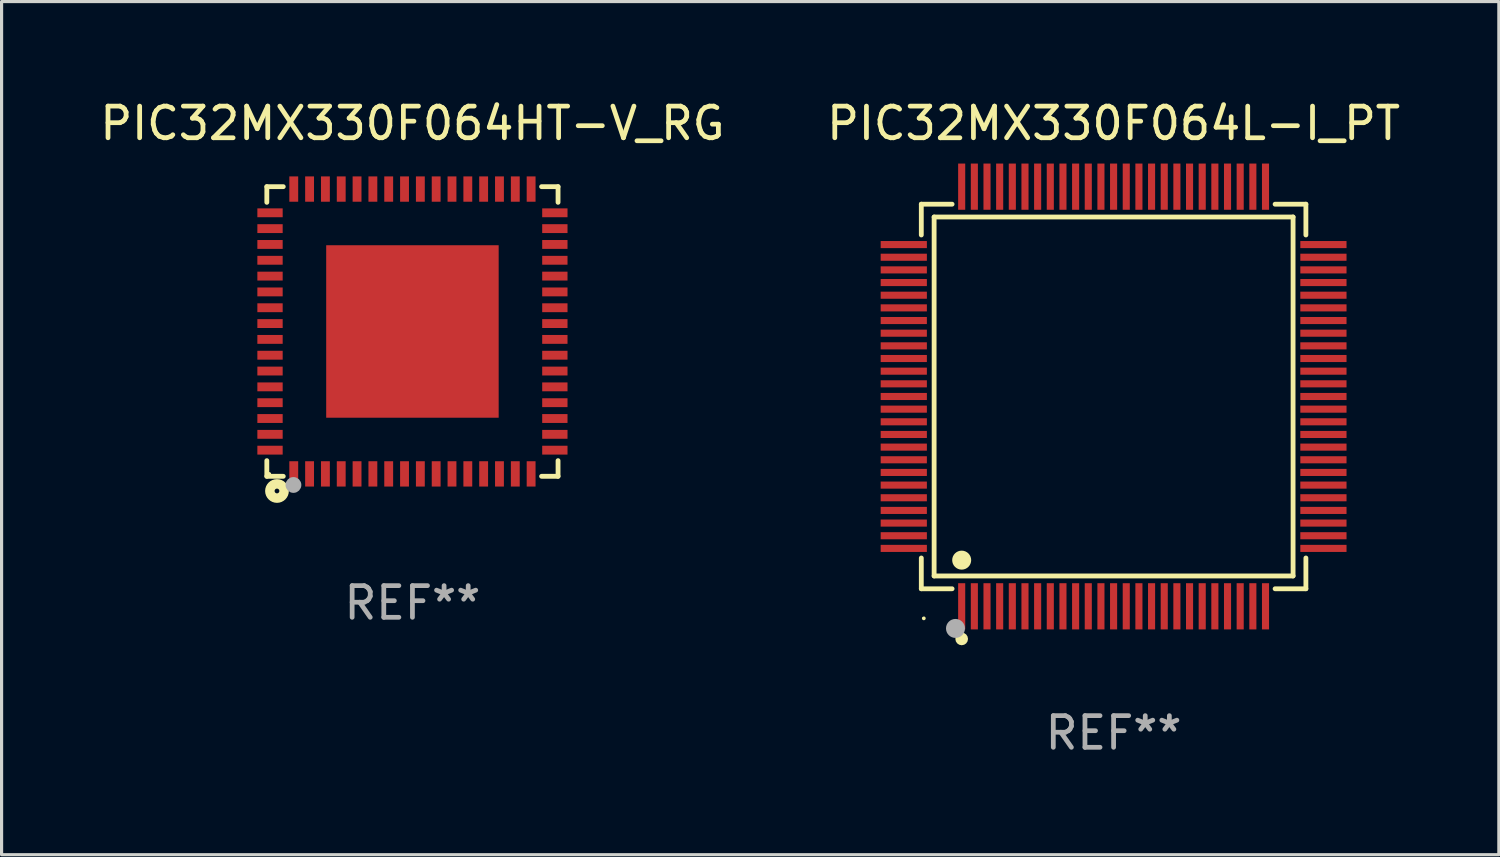
<source format=kicad_pcb>
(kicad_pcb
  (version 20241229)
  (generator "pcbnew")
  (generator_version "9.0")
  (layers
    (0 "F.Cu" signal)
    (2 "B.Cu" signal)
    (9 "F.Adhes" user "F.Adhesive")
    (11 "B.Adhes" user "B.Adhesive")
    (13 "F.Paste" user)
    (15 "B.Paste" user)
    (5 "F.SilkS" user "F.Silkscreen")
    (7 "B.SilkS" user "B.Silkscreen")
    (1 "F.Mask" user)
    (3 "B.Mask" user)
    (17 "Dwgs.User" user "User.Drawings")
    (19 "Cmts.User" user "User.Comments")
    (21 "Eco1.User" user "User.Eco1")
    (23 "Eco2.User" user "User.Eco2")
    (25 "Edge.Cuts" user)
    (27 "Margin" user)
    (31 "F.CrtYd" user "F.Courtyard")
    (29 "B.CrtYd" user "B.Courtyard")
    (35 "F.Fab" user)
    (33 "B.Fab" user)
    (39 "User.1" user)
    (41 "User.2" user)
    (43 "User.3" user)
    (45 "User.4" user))
  (footprint "PIC32MX330F064L-I_PT"
    (layer "F.Cu")
    (at 32.137 9.478)
    (property "Reference" "PIC32MX330F064L-I_PT" (at 0 -8.63 0) (layer "F.SilkS") (effects (font (size 1 1) (thickness 0.15))))
    (attr through_hole)
    (fp_line (start -6.076 -6.076) (end -5.103 -6.076) (stroke (width 0.152) (type solid)) (layer "F.SilkS"))
    (fp_line (start -6.076 -5.103) (end -6.076 -6.076) (stroke (width 0.152) (type solid)) (layer "F.SilkS"))
    (fp_line (start -6.076 5.103) (end -6.076 6.076) (stroke (width 0.152) (type solid)) (layer "F.SilkS"))
    (fp_line (start -6.076 6.076) (end -5.103 6.076) (stroke (width 0.152) (type solid)) (layer "F.SilkS"))
    (fp_line (start -5.671 -5.671) (end 5.671 -5.671) (stroke (width 0.152) (type solid)) (layer "F.SilkS"))
    (fp_line (start -5.671 5.671) (end -5.671 -5.671) (stroke (width 0.152) (type solid)) (layer "F.SilkS"))
    (fp_line (start 5.671 -5.671) (end 5.671 5.671) (stroke (width 0.152) (type solid)) (layer "F.SilkS"))
    (fp_line (start 5.671 5.671) (end -5.671 5.671) (stroke (width 0.152) (type solid)) (layer "F.SilkS"))
    (fp_line (start 6.076 -6.076) (end 5.103 -6.076) (stroke (width 0.152) (type solid)) (layer "F.SilkS"))
    (fp_line (start 6.076 -5.103) (end 6.076 -6.076) (stroke (width 0.152) (type solid)) (layer "F.SilkS"))
    (fp_line (start 6.076 5.103) (end 6.076 6.076) (stroke (width 0.152) (type solid)) (layer "F.SilkS"))
    (fp_line (start 6.076 6.076) (end 5.103 6.076) (stroke (width 0.152) (type solid)) (layer "F.SilkS"))
    (fp_circle (center -5.997 7.01) (end -5.967 7.01) (stroke (width 0.06) (type solid)) (fill no) (layer "F.SilkS"))
    (fp_circle (center -4.8 5.171) (end -4.65 5.171) (stroke (width 0.3) (type solid)) (fill no) (layer "F.SilkS"))
    (fp_circle (center -4.8 7.66) (end -4.7 7.66) (stroke (width 0.2) (type solid)) (fill no) (layer "F.SilkS"))
    (fp_circle (center -4.996 7.329) (end -4.846 7.329) (stroke (width 0.3) (type solid)) (fill no) (layer "F.Fab"))
    (fp_text user "REF**" (at 0 10.63 0) (layer "F.Fab") (effects (font (size 1 1) (thickness 0.15))))
    (pad "1" smd rect (at -4.8 6.63) (size 0.224 1.46) (layers "F.Cu" "F.Mask" "F.Paste"))
    (pad "2" smd rect (at -4.4 6.63) (size 0.224 1.46) (layers "F.Cu" "F.Mask" "F.Paste"))
    (pad "3" smd rect (at -4 6.63) (size 0.224 1.46) (layers "F.Cu" "F.Mask" "F.Paste"))
    (pad "4" smd rect (at -3.6 6.63) (size 0.224 1.46) (layers "F.Cu" "F.Mask" "F.Paste"))
    (pad "5" smd rect (at -3.2 6.63) (size 0.224 1.46) (layers "F.Cu" "F.Mask" "F.Paste"))
    (pad "6" smd rect (at -2.8 6.63) (size 0.224 1.46) (layers "F.Cu" "F.Mask" "F.Paste"))
    (pad "7" smd rect (at -2.4 6.63) (size 0.224 1.46) (layers "F.Cu" "F.Mask" "F.Paste"))
    (pad "8" smd rect (at -2 6.63) (size 0.224 1.46) (layers "F.Cu" "F.Mask" "F.Paste"))
    (pad "9" smd rect (at -1.6 6.63) (size 0.224 1.46) (layers "F.Cu" "F.Mask" "F.Paste"))
    (pad "10" smd rect (at -1.2 6.63) (size 0.224 1.46) (layers "F.Cu" "F.Mask" "F.Paste"))
    (pad "11" smd rect (at -0.8 6.63) (size 0.224 1.46) (layers "F.Cu" "F.Mask" "F.Paste"))
    (pad "12" smd rect (at -0.4 6.63) (size 0.224 1.46) (layers "F.Cu" "F.Mask" "F.Paste"))
    (pad "13" smd rect (at 0 6.63) (size 0.224 1.46) (layers "F.Cu" "F.Mask" "F.Paste"))
    (pad "14" smd rect (at 0.4 6.63) (size 0.224 1.46) (layers "F.Cu" "F.Mask" "F.Paste"))
    (pad "15" smd rect (at 0.8 6.63) (size 0.224 1.46) (layers "F.Cu" "F.Mask" "F.Paste"))
    (pad "16" smd rect (at 1.2 6.63) (size 0.224 1.46) (layers "F.Cu" "F.Mask" "F.Paste"))
    (pad "17" smd rect (at 1.6 6.63) (size 0.224 1.46) (layers "F.Cu" "F.Mask" "F.Paste"))
    (pad "18" smd rect (at 2 6.63) (size 0.224 1.46) (layers "F.Cu" "F.Mask" "F.Paste"))
    (pad "19" smd rect (at 2.4 6.63) (size 0.224 1.46) (layers "F.Cu" "F.Mask" "F.Paste"))
    (pad "20" smd rect (at 2.8 6.63) (size 0.224 1.46) (layers "F.Cu" "F.Mask" "F.Paste"))
    (pad "21" smd rect (at 3.2 6.63) (size 0.224 1.46) (layers "F.Cu" "F.Mask" "F.Paste"))
    (pad "22" smd rect (at 3.6 6.63) (size 0.224 1.46) (layers "F.Cu" "F.Mask" "F.Paste"))
    (pad "23" smd rect (at 4 6.63) (size 0.224 1.46) (layers "F.Cu" "F.Mask" "F.Paste"))
    (pad "24" smd rect (at 4.4 6.63) (size 0.224 1.46) (layers "F.Cu" "F.Mask" "F.Paste"))
    (pad "25" smd rect (at 4.8 6.63) (size 0.224 1.46) (layers "F.Cu" "F.Mask" "F.Paste"))
    (pad "26" smd rect (at 6.63 4.8) (size 1.46 0.224) (layers "F.Cu" "F.Mask" "F.Paste"))
    (pad "27" smd rect (at 6.63 4.4) (size 1.46 0.224) (layers "F.Cu" "F.Mask" "F.Paste"))
    (pad "28" smd rect (at 6.63 4) (size 1.46 0.224) (layers "F.Cu" "F.Mask" "F.Paste"))
    (pad "29" smd rect (at 6.63 3.6) (size 1.46 0.224) (layers "F.Cu" "F.Mask" "F.Paste"))
    (pad "30" smd rect (at 6.63 3.2) (size 1.46 0.224) (layers "F.Cu" "F.Mask" "F.Paste"))
    (pad "31" smd rect (at 6.63 2.8) (size 1.46 0.224) (layers "F.Cu" "F.Mask" "F.Paste"))
    (pad "32" smd rect (at 6.63 2.4) (size 1.46 0.224) (layers "F.Cu" "F.Mask" "F.Paste"))
    (pad "33" smd rect (at 6.63 2) (size 1.46 0.224) (layers "F.Cu" "F.Mask" "F.Paste"))
    (pad "34" smd rect (at 6.63 1.6) (size 1.46 0.224) (layers "F.Cu" "F.Mask" "F.Paste"))
    (pad "35" smd rect (at 6.63 1.2) (size 1.46 0.224) (layers "F.Cu" "F.Mask" "F.Paste"))
    (pad "36" smd rect (at 6.63 0.8) (size 1.46 0.224) (layers "F.Cu" "F.Mask" "F.Paste"))
    (pad "37" smd rect (at 6.63 0.4) (size 1.46 0.224) (layers "F.Cu" "F.Mask" "F.Paste"))
    (pad "38" smd rect (at 6.63 0) (size 1.46 0.224) (layers "F.Cu" "F.Mask" "F.Paste"))
    (pad "39" smd rect (at 6.63 -0.4) (size 1.46 0.224) (layers "F.Cu" "F.Mask" "F.Paste"))
    (pad "40" smd rect (at 6.63 -0.8) (size 1.46 0.224) (layers "F.Cu" "F.Mask" "F.Paste"))
    (pad "41" smd rect (at 6.63 -1.2) (size 1.46 0.224) (layers "F.Cu" "F.Mask" "F.Paste"))
    (pad "42" smd rect (at 6.63 -1.6) (size 1.46 0.224) (layers "F.Cu" "F.Mask" "F.Paste"))
    (pad "43" smd rect (at 6.63 -2) (size 1.46 0.224) (layers "F.Cu" "F.Mask" "F.Paste"))
    (pad "44" smd rect (at 6.63 -2.4) (size 1.46 0.224) (layers "F.Cu" "F.Mask" "F.Paste"))
    (pad "45" smd rect (at 6.63 -2.8) (size 1.46 0.224) (layers "F.Cu" "F.Mask" "F.Paste"))
    (pad "46" smd rect (at 6.63 -3.2) (size 1.46 0.224) (layers "F.Cu" "F.Mask" "F.Paste"))
    (pad "47" smd rect (at 6.63 -3.6) (size 1.46 0.224) (layers "F.Cu" "F.Mask" "F.Paste"))
    (pad "48" smd rect (at 6.63 -4) (size 1.46 0.224) (layers "F.Cu" "F.Mask" "F.Paste"))
    (pad "49" smd rect (at 6.63 -4.4) (size 1.46 0.224) (layers "F.Cu" "F.Mask" "F.Paste"))
    (pad "50" smd rect (at 6.63 -4.8) (size 1.46 0.224) (layers "F.Cu" "F.Mask" "F.Paste"))
    (pad "51" smd rect (at 4.8 -6.63) (size 0.224 1.46) (layers "F.Cu" "F.Mask" "F.Paste"))
    (pad "52" smd rect (at 4.4 -6.63) (size 0.224 1.46) (layers "F.Cu" "F.Mask" "F.Paste"))
    (pad "53" smd rect (at 4 -6.63) (size 0.224 1.46) (layers "F.Cu" "F.Mask" "F.Paste"))
    (pad "54" smd rect (at 3.6 -6.63) (size 0.224 1.46) (layers "F.Cu" "F.Mask" "F.Paste"))
    (pad "55" smd rect (at 3.2 -6.63) (size 0.224 1.46) (layers "F.Cu" "F.Mask" "F.Paste"))
    (pad "56" smd rect (at 2.8 -6.63) (size 0.224 1.46) (layers "F.Cu" "F.Mask" "F.Paste"))
    (pad "57" smd rect (at 2.4 -6.63) (size 0.224 1.46) (layers "F.Cu" "F.Mask" "F.Paste"))
    (pad "58" smd rect (at 2 -6.63) (size 0.224 1.46) (layers "F.Cu" "F.Mask" "F.Paste"))
    (pad "59" smd rect (at 1.6 -6.63) (size 0.224 1.46) (layers "F.Cu" "F.Mask" "F.Paste"))
    (pad "60" smd rect (at 1.2 -6.63) (size 0.224 1.46) (layers "F.Cu" "F.Mask" "F.Paste"))
    (pad "61" smd rect (at 0.8 -6.63) (size 0.224 1.46) (layers "F.Cu" "F.Mask" "F.Paste"))
    (pad "62" smd rect (at 0.4 -6.63) (size 0.224 1.46) (layers "F.Cu" "F.Mask" "F.Paste"))
    (pad "63" smd rect (at 0 -6.63) (size 0.224 1.46) (layers "F.Cu" "F.Mask" "F.Paste"))
    (pad "64" smd rect (at -0.4 -6.63) (size 0.224 1.46) (layers "F.Cu" "F.Mask" "F.Paste"))
    (pad "65" smd rect (at -0.8 -6.63) (size 0.224 1.46) (layers "F.Cu" "F.Mask" "F.Paste"))
    (pad "66" smd rect (at -1.2 -6.63) (size 0.224 1.46) (layers "F.Cu" "F.Mask" "F.Paste"))
    (pad "67" smd rect (at -1.6 -6.63) (size 0.224 1.46) (layers "F.Cu" "F.Mask" "F.Paste"))
    (pad "68" smd rect (at -2 -6.63) (size 0.224 1.46) (layers "F.Cu" "F.Mask" "F.Paste"))
    (pad "69" smd rect (at -2.4 -6.63) (size 0.224 1.46) (layers "F.Cu" "F.Mask" "F.Paste"))
    (pad "70" smd rect (at -2.8 -6.63) (size 0.224 1.46) (layers "F.Cu" "F.Mask" "F.Paste"))
    (pad "71" smd rect (at -3.2 -6.63) (size 0.224 1.46) (layers "F.Cu" "F.Mask" "F.Paste"))
    (pad "72" smd rect (at -3.6 -6.63) (size 0.224 1.46) (layers "F.Cu" "F.Mask" "F.Paste"))
    (pad "73" smd rect (at -4 -6.63) (size 0.224 1.46) (layers "F.Cu" "F.Mask" "F.Paste"))
    (pad "74" smd rect (at -4.4 -6.63) (size 0.224 1.46) (layers "F.Cu" "F.Mask" "F.Paste"))
    (pad "75" smd rect (at -4.8 -6.63) (size 0.224 1.46) (layers "F.Cu" "F.Mask" "F.Paste"))
    (pad "76" smd rect (at -6.63 -4.8) (size 1.46 0.224) (layers "F.Cu" "F.Mask" "F.Paste"))
    (pad "77" smd rect (at -6.63 -4.4) (size 1.46 0.224) (layers "F.Cu" "F.Mask" "F.Paste"))
    (pad "78" smd rect (at -6.63 -4) (size 1.46 0.224) (layers "F.Cu" "F.Mask" "F.Paste"))
    (pad "79" smd rect (at -6.63 -3.6) (size 1.46 0.224) (layers "F.Cu" "F.Mask" "F.Paste"))
    (pad "80" smd rect (at -6.63 -3.2) (size 1.46 0.224) (layers "F.Cu" "F.Mask" "F.Paste"))
    (pad "81" smd rect (at -6.63 -2.8) (size 1.46 0.224) (layers "F.Cu" "F.Mask" "F.Paste"))
    (pad "82" smd rect (at -6.63 -2.4) (size 1.46 0.224) (layers "F.Cu" "F.Mask" "F.Paste"))
    (pad "83" smd rect (at -6.63 -2) (size 1.46 0.224) (layers "F.Cu" "F.Mask" "F.Paste"))
    (pad "84" smd rect (at -6.63 -1.6) (size 1.46 0.224) (layers "F.Cu" "F.Mask" "F.Paste"))
    (pad "85" smd rect (at -6.63 -1.2) (size 1.46 0.224) (layers "F.Cu" "F.Mask" "F.Paste"))
    (pad "86" smd rect (at -6.63 -0.8) (size 1.46 0.224) (layers "F.Cu" "F.Mask" "F.Paste"))
    (pad "87" smd rect (at -6.63 -0.4) (size 1.46 0.224) (layers "F.Cu" "F.Mask" "F.Paste"))
    (pad "88" smd rect (at -6.63 0) (size 1.46 0.224) (layers "F.Cu" "F.Mask" "F.Paste"))
    (pad "89" smd rect (at -6.63 0.4) (size 1.46 0.224) (layers "F.Cu" "F.Mask" "F.Paste"))
    (pad "90" smd rect (at -6.63 0.8) (size 1.46 0.224) (layers "F.Cu" "F.Mask" "F.Paste"))
    (pad "91" smd rect (at -6.63 1.2) (size 1.46 0.224) (layers "F.Cu" "F.Mask" "F.Paste"))
    (pad "92" smd rect (at -6.63 1.6) (size 1.46 0.224) (layers "F.Cu" "F.Mask" "F.Paste"))
    (pad "93" smd rect (at -6.63 2) (size 1.46 0.224) (layers "F.Cu" "F.Mask" "F.Paste"))
    (pad "94" smd rect (at -6.63 2.4) (size 1.46 0.224) (layers "F.Cu" "F.Mask" "F.Paste"))
    (pad "95" smd rect (at -6.63 2.8) (size 1.46 0.224) (layers "F.Cu" "F.Mask" "F.Paste"))
    (pad "96" smd rect (at -6.63 3.2) (size 1.46 0.224) (layers "F.Cu" "F.Mask" "F.Paste"))
    (pad "97" smd rect (at -6.63 3.6) (size 1.46 0.224) (layers "F.Cu" "F.Mask" "F.Paste"))
    (pad "98" smd rect (at -6.63 4) (size 1.46 0.224) (layers "F.Cu" "F.Mask" "F.Paste"))
    (pad "99" smd rect (at -6.63 4.4) (size 1.46 0.224) (layers "F.Cu" "F.Mask" "F.Paste"))
    (pad "100" smd rect (at -6.63 4.8) (size 1.46 0.224) (layers "F.Cu" "F.Mask" "F.Paste")))
  (footprint "PIC32MX330F064HT-V_RG"
    (layer "F.Cu")
    (at 9.982 7.424)
    (property "Reference" "PIC32MX330F064HT-V_RG" (at 0 -6.576 0) (layer "F.SilkS") (effects (font (size 1 1) (thickness 0.15))))
    (attr through_hole)
    (fp_line (start -4.601 -4.576) (end -4.081 -4.576) (stroke (width 0.152) (type solid)) (layer "F.SilkS"))
    (fp_line (start -4.601 -4.081) (end -4.601 -4.576) (stroke (width 0.152) (type solid)) (layer "F.SilkS"))
    (fp_line (start -4.601 4.081) (end -4.601 4.576) (stroke (width 0.152) (type solid)) (layer "F.SilkS"))
    (fp_line (start -4.601 4.576) (end -4.081 4.576) (stroke (width 0.152) (type solid)) (layer "F.SilkS"))
    (fp_line (start 4.601 -4.576) (end 4.081 -4.576) (stroke (width 0.152) (type solid)) (layer "F.SilkS"))
    (fp_line (start 4.601 -4.081) (end 4.601 -4.576) (stroke (width 0.152) (type solid)) (layer "F.SilkS"))
    (fp_line (start 4.601 4.081) (end 4.601 4.576) (stroke (width 0.152) (type solid)) (layer "F.SilkS"))
    (fp_line (start 4.601 4.576) (end 4.081 4.576) (stroke (width 0.152) (type solid)) (layer "F.SilkS"))
    (fp_circle (center -4.525 4.5) (end -4.495 4.5) (stroke (width 0.06) (type solid)) (fill no) (layer "F.SilkS"))
    (fp_circle (center -4.28 5.04) (end -4.205 5.04) (stroke (width 0.3) (type solid)) (fill no) (layer "F.SilkS"))
    (fp_circle (center -3.76 4.85) (end -3.635 4.85) (stroke (width 0.25) (type solid)) (fill no) (layer "F.Fab"))
    (fp_text user "REF**" (at 0 8.576 0) (layer "F.Fab") (effects (font (size 1 1) (thickness 0.15))))
    (pad "1" smd rect (at -3.75 4.5) (size 0.28 0.8) (layers "F.Cu" "F.Mask" "F.Paste"))
    (pad "2" smd rect (at -3.25 4.5) (size 0.28 0.8) (layers "F.Cu" "F.Mask" "F.Paste"))
    (pad "3" smd rect (at -2.75 4.5) (size 0.28 0.8) (layers "F.Cu" "F.Mask" "F.Paste"))
    (pad "4" smd rect (at -2.25 4.5) (size 0.28 0.8) (layers "F.Cu" "F.Mask" "F.Paste"))
    (pad "5" smd rect (at -1.75 4.5) (size 0.28 0.8) (layers "F.Cu" "F.Mask" "F.Paste"))
    (pad "6" smd rect (at -1.25 4.5) (size 0.28 0.8) (layers "F.Cu" "F.Mask" "F.Paste"))
    (pad "7" smd rect (at -0.75 4.5) (size 0.28 0.8) (layers "F.Cu" "F.Mask" "F.Paste"))
    (pad "8" smd rect (at -0.25 4.5) (size 0.28 0.8) (layers "F.Cu" "F.Mask" "F.Paste"))
    (pad "9" smd rect (at 0.25 4.5) (size 0.28 0.8) (layers "F.Cu" "F.Mask" "F.Paste"))
    (pad "10" smd rect (at 0.75 4.5) (size 0.28 0.8) (layers "F.Cu" "F.Mask" "F.Paste"))
    (pad "11" smd rect (at 1.25 4.5) (size 0.28 0.8) (layers "F.Cu" "F.Mask" "F.Paste"))
    (pad "12" smd rect (at 1.75 4.5) (size 0.28 0.8) (layers "F.Cu" "F.Mask" "F.Paste"))
    (pad "13" smd rect (at 2.25 4.5) (size 0.28 0.8) (layers "F.Cu" "F.Mask" "F.Paste"))
    (pad "14" smd rect (at 2.75 4.5) (size 0.28 0.8) (layers "F.Cu" "F.Mask" "F.Paste"))
    (pad "15" smd rect (at 3.25 4.5) (size 0.28 0.8) (layers "F.Cu" "F.Mask" "F.Paste"))
    (pad "16" smd rect (at 3.75 4.5) (size 0.28 0.8) (layers "F.Cu" "F.Mask" "F.Paste"))
    (pad "17" smd rect (at 4.5 3.75) (size 0.8 0.28) (layers "F.Cu" "F.Mask" "F.Paste"))
    (pad "18" smd rect (at 4.5 3.25) (size 0.8 0.28) (layers "F.Cu" "F.Mask" "F.Paste"))
    (pad "19" smd rect (at 4.5 2.75) (size 0.8 0.28) (layers "F.Cu" "F.Mask" "F.Paste"))
    (pad "20" smd rect (at 4.5 2.25) (size 0.8 0.28) (layers "F.Cu" "F.Mask" "F.Paste"))
    (pad "21" smd rect (at 4.5 1.75) (size 0.8 0.28) (layers "F.Cu" "F.Mask" "F.Paste"))
    (pad "22" smd rect (at 4.5 1.25) (size 0.8 0.28) (layers "F.Cu" "F.Mask" "F.Paste"))
    (pad "23" smd rect (at 4.5 0.75) (size 0.8 0.28) (layers "F.Cu" "F.Mask" "F.Paste"))
    (pad "24" smd rect (at 4.5 0.25) (size 0.8 0.28) (layers "F.Cu" "F.Mask" "F.Paste"))
    (pad "25" smd rect (at 4.5 -0.25) (size 0.8 0.28) (layers "F.Cu" "F.Mask" "F.Paste"))
    (pad "26" smd rect (at 4.5 -0.75) (size 0.8 0.28) (layers "F.Cu" "F.Mask" "F.Paste"))
    (pad "27" smd rect (at 4.5 -1.25) (size 0.8 0.28) (layers "F.Cu" "F.Mask" "F.Paste"))
    (pad "28" smd rect (at 4.5 -1.75) (size 0.8 0.28) (layers "F.Cu" "F.Mask" "F.Paste"))
    (pad "29" smd rect (at 4.5 -2.25) (size 0.8 0.28) (layers "F.Cu" "F.Mask" "F.Paste"))
    (pad "30" smd rect (at 4.5 -2.75) (size 0.8 0.28) (layers "F.Cu" "F.Mask" "F.Paste"))
    (pad "31" smd rect (at 4.5 -3.25) (size 0.8 0.28) (layers "F.Cu" "F.Mask" "F.Paste"))
    (pad "32" smd rect (at 4.5 -3.75) (size 0.8 0.28) (layers "F.Cu" "F.Mask" "F.Paste"))
    (pad "33" smd rect (at 3.75 -4.5) (size 0.28 0.8) (layers "F.Cu" "F.Mask" "F.Paste"))
    (pad "34" smd rect (at 3.25 -4.5) (size 0.28 0.8) (layers "F.Cu" "F.Mask" "F.Paste"))
    (pad "35" smd rect (at 2.75 -4.5) (size 0.28 0.8) (layers "F.Cu" "F.Mask" "F.Paste"))
    (pad "36" smd rect (at 2.25 -4.5) (size 0.28 0.8) (layers "F.Cu" "F.Mask" "F.Paste"))
    (pad "37" smd rect (at 1.75 -4.5) (size 0.28 0.8) (layers "F.Cu" "F.Mask" "F.Paste"))
    (pad "38" smd rect (at 1.25 -4.5) (size 0.28 0.8) (layers "F.Cu" "F.Mask" "F.Paste"))
    (pad "39" smd rect (at 0.75 -4.5) (size 0.28 0.8) (layers "F.Cu" "F.Mask" "F.Paste"))
    (pad "40" smd rect (at 0.25 -4.5) (size 0.28 0.8) (layers "F.Cu" "F.Mask" "F.Paste"))
    (pad "41" smd rect (at -0.25 -4.5) (size 0.28 0.8) (layers "F.Cu" "F.Mask" "F.Paste"))
    (pad "42" smd rect (at -0.75 -4.5) (size 0.28 0.8) (layers "F.Cu" "F.Mask" "F.Paste"))
    (pad "43" smd rect (at -1.25 -4.5) (size 0.28 0.8) (layers "F.Cu" "F.Mask" "F.Paste"))
    (pad "44" smd rect (at -1.75 -4.5) (size 0.28 0.8) (layers "F.Cu" "F.Mask" "F.Paste"))
    (pad "45" smd rect (at -2.25 -4.5) (size 0.28 0.8) (layers "F.Cu" "F.Mask" "F.Paste"))
    (pad "46" smd rect (at -2.75 -4.5) (size 0.28 0.8) (layers "F.Cu" "F.Mask" "F.Paste"))
    (pad "47" smd rect (at -3.25 -4.5) (size 0.28 0.8) (layers "F.Cu" "F.Mask" "F.Paste"))
    (pad "48" smd rect (at -3.75 -4.5) (size 0.28 0.8) (layers "F.Cu" "F.Mask" "F.Paste"))
    (pad "49" smd rect (at -4.5 -3.75) (size 0.8 0.28) (layers "F.Cu" "F.Mask" "F.Paste"))
    (pad "50" smd rect (at -4.5 -3.25) (size 0.8 0.28) (layers "F.Cu" "F.Mask" "F.Paste"))
    (pad "51" smd rect (at -4.5 -2.75) (size 0.8 0.28) (layers "F.Cu" "F.Mask" "F.Paste"))
    (pad "52" smd rect (at -4.5 -2.25) (size 0.8 0.28) (layers "F.Cu" "F.Mask" "F.Paste"))
    (pad "53" smd rect (at -4.5 -1.75) (size 0.8 0.28) (layers "F.Cu" "F.Mask" "F.Paste"))
    (pad "54" smd rect (at -4.5 -1.25) (size 0.8 0.28) (layers "F.Cu" "F.Mask" "F.Paste"))
    (pad "55" smd rect (at -4.5 -0.75) (size 0.8 0.28) (layers "F.Cu" "F.Mask" "F.Paste"))
    (pad "56" smd rect (at -4.5 -0.25) (size 0.8 0.28) (layers "F.Cu" "F.Mask" "F.Paste"))
    (pad "57" smd rect (at -4.5 0.25) (size 0.8 0.28) (layers "F.Cu" "F.Mask" "F.Paste"))
    (pad "58" smd rect (at -4.5 0.75) (size 0.8 0.28) (layers "F.Cu" "F.Mask" "F.Paste"))
    (pad "59" smd rect (at -4.5 1.25) (size 0.8 0.28) (layers "F.Cu" "F.Mask" "F.Paste"))
    (pad "60" smd rect (at -4.5 1.75) (size 0.8 0.28) (layers "F.Cu" "F.Mask" "F.Paste"))
    (pad "61" smd rect (at -4.5 2.25) (size 0.8 0.28) (layers "F.Cu" "F.Mask" "F.Paste"))
    (pad "62" smd rect (at -4.5 2.75) (size 0.8 0.28) (layers "F.Cu" "F.Mask" "F.Paste"))
    (pad "63" smd rect (at -4.5 3.25) (size 0.8 0.28) (layers "F.Cu" "F.Mask" "F.Paste"))
    (pad "64" smd rect (at -4.5 3.75) (size 0.8 0.28) (layers "F.Cu" "F.Mask" "F.Paste"))
    (pad "65" smd rect (at 0 0) (size 5.45 5.45) (layers "F.Cu" "F.Mask" "F.Paste")))
  (gr_rect
    (start -3 -3)
    (end 44.31 23.956)
    (stroke (width 0.1) (type default))
    (fill no)
    (layer "Edge.Cuts")))
</source>
